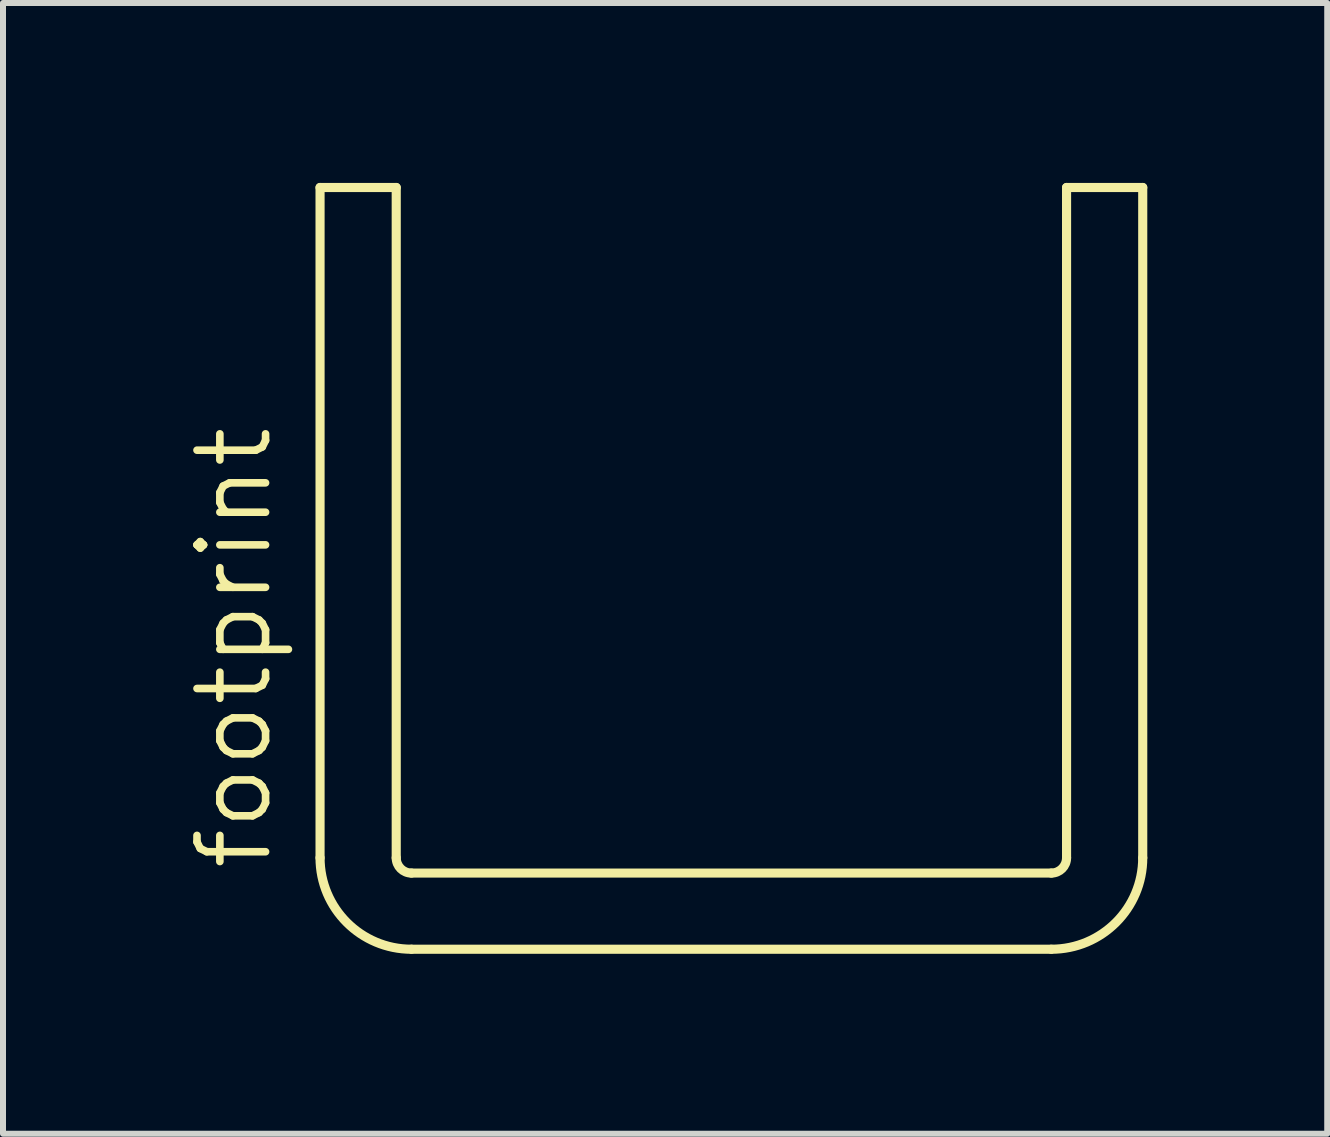
<source format=kicad_pcb>
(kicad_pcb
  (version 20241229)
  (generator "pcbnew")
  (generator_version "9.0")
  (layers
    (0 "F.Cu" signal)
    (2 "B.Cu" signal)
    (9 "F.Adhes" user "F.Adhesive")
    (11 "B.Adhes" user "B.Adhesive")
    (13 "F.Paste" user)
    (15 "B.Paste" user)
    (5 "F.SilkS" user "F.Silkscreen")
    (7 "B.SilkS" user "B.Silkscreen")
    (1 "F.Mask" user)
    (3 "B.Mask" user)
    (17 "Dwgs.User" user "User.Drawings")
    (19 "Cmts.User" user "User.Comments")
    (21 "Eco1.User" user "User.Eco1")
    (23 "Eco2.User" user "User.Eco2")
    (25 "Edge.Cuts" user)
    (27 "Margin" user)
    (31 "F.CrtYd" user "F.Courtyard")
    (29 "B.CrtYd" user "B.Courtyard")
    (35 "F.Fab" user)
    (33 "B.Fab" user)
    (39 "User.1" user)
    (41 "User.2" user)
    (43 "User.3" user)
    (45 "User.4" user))
  (footprint "footprint"
    (layer "F.Cu")
    (at 9.144 11.506)
    (property "Reference" "footprint" (at -7.62 0 90) (layer "F.SilkS") (effects (font (size 1.143 1.143) (thickness 0.127)) (justify left bottom)))
    (fp_line (start -6.858 -11.43) (end -5.588 -11.43) (stroke (width 0.152) (type solid)) (layer "F.SilkS"))
    (fp_line (start -6.858 -0.254) (end -6.858 -11.43) (stroke (width 0.152) (type solid)) (layer "F.SilkS"))
    (fp_line (start -5.588 -0.254) (end -5.588 -11.43) (stroke (width 0.152) (type solid)) (layer "F.SilkS"))
    (fp_line (start -5.334 0) (end 5.334 0) (stroke (width 0.152) (type solid)) (layer "F.SilkS"))
    (fp_line (start -5.334 1.27) (end 5.334 1.27) (stroke (width 0.152) (type solid)) (layer "F.SilkS"))
    (fp_line (start 5.588 -0.254) (end 5.588 -11.43) (stroke (width 0.152) (type solid)) (layer "F.SilkS"))
    (fp_line (start 6.858 -11.43) (end 5.588 -11.43) (stroke (width 0.152) (type solid)) (layer "F.SilkS"))
    (fp_line (start 6.858 -0.254) (end 6.858 -11.43) (stroke (width 0.152) (type solid)) (layer "F.SilkS"))
    (fp_arc (start -5.334 0) (mid -5.513605 -0.074395) (end -5.588 -0.254) (stroke (width 0.1524) (type solid)) (layer "F.SilkS"))
    (fp_arc (start -5.334 1.27) (mid -6.411631 0.823631) (end -6.858 -0.254) (stroke (width 0.1524) (type solid)) (layer "F.SilkS"))
    (fp_arc (start 5.588 -0.254) (mid 5.513605 -0.074395) (end 5.334 0) (stroke (width 0.1524) (type solid)) (layer "F.SilkS"))
    (fp_arc (start 6.858 -0.254) (mid 6.411631 0.823631) (end 5.334 1.27) (stroke (width 0.1524) (type solid)) (layer "F.SilkS")))
  (gr_rect
    (start -3 -3)
    (end 19.078 15.852)
    (stroke (width 0.1) (type default))
    (fill no)
    (layer "Edge.Cuts")))
</source>
